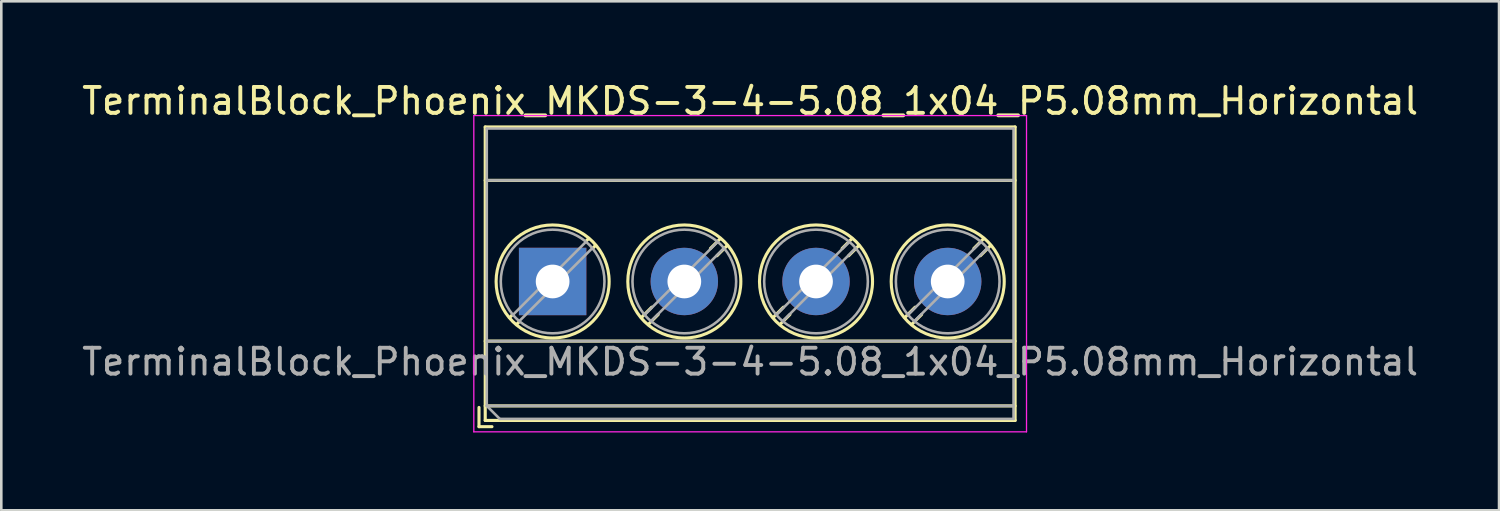
<source format=kicad_pcb>
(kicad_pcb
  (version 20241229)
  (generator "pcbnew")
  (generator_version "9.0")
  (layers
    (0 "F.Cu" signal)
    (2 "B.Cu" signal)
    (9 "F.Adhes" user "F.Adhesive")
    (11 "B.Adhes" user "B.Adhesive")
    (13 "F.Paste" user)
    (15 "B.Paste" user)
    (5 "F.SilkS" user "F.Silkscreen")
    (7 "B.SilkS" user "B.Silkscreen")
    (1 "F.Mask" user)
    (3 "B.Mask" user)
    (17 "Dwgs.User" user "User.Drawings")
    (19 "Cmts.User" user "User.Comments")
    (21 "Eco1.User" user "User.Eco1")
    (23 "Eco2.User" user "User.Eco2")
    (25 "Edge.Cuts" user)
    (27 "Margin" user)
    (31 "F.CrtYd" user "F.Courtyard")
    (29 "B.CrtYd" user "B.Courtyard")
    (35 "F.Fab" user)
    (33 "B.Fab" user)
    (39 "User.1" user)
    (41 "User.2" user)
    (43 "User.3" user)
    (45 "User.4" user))
  (footprint "TerminalBlock_Phoenix_MKDS-3-4-5.08_1x04_P5.08mm_Horizontal"
    (layer "F.Cu")
    (at 18.267 7.808)
    (property "Reference" "TerminalBlock_Phoenix_MKDS-3-4-5.08_1x04_P5.08mm_Horizontal" (at 7.62 -6.96 0) (layer "F.SilkS") (effects (font (size 1 1) (thickness 0.15))))
    (attr through_hole)
    (fp_line (start -2.84 4.86) (end -2.84 5.6) (stroke (width 0.12) (type solid)) (layer "F.SilkS"))
    (fp_line (start -2.84 5.6) (end -2.34 5.6) (stroke (width 0.12) (type solid)) (layer "F.SilkS"))
    (fp_line (start -2.6 -5.96) (end -2.6 5.36) (stroke (width 0.12) (type solid)) (layer "F.SilkS"))
    (fp_line (start -2.6 -5.96) (end 17.84 -5.96) (stroke (width 0.12) (type solid)) (layer "F.SilkS"))
    (fp_line (start -2.6 -3.9) (end 17.84 -3.9) (stroke (width 0.12) (type solid)) (layer "F.SilkS"))
    (fp_line (start -2.6 2.3) (end 17.84 2.3) (stroke (width 0.12) (type solid)) (layer "F.SilkS"))
    (fp_line (start -2.6 4.8) (end 17.84 4.8) (stroke (width 0.12) (type solid)) (layer "F.SilkS"))
    (fp_line (start -2.6 5.36) (end 17.84 5.36) (stroke (width 0.12) (type solid)) (layer "F.SilkS"))
    (fp_line (start -1.548 1.281) (end -1.654 1.388) (stroke (width 0.12) (type solid)) (layer "F.SilkS"))
    (fp_line (start -1.282 1.547) (end -1.388 1.654) (stroke (width 0.12) (type solid)) (layer "F.SilkS"))
    (fp_line (start 1.388 -1.654) (end 1.281 -1.547) (stroke (width 0.12) (type solid)) (layer "F.SilkS"))
    (fp_line (start 1.654 -1.388) (end 1.547 -1.281) (stroke (width 0.12) (type solid)) (layer "F.SilkS"))
    (fp_line (start 3.822 0.992) (end 3.427 1.388) (stroke (width 0.12) (type solid)) (layer "F.SilkS"))
    (fp_line (start 4.073 1.274) (end 3.693 1.654) (stroke (width 0.12) (type solid)) (layer "F.SilkS"))
    (fp_line (start 6.468 -1.654) (end 6.088 -1.274) (stroke (width 0.12) (type solid)) (layer "F.SilkS"))
    (fp_line (start 6.734 -1.388) (end 6.339 -0.992) (stroke (width 0.12) (type solid)) (layer "F.SilkS"))
    (fp_line (start 8.902 0.992) (end 8.507 1.388) (stroke (width 0.12) (type solid)) (layer "F.SilkS"))
    (fp_line (start 9.153 1.274) (end 8.773 1.654) (stroke (width 0.12) (type solid)) (layer "F.SilkS"))
    (fp_line (start 11.548 -1.654) (end 11.168 -1.274) (stroke (width 0.12) (type solid)) (layer "F.SilkS"))
    (fp_line (start 11.814 -1.388) (end 11.419 -0.992) (stroke (width 0.12) (type solid)) (layer "F.SilkS"))
    (fp_line (start 13.982 0.992) (end 13.587 1.388) (stroke (width 0.12) (type solid)) (layer "F.SilkS"))
    (fp_line (start 14.233 1.274) (end 13.853 1.654) (stroke (width 0.12) (type solid)) (layer "F.SilkS"))
    (fp_line (start 16.628 -1.654) (end 16.248 -1.274) (stroke (width 0.12) (type solid)) (layer "F.SilkS"))
    (fp_line (start 16.894 -1.388) (end 16.499 -0.992) (stroke (width 0.12) (type solid)) (layer "F.SilkS"))
    (fp_line (start 17.84 -5.96) (end 17.84 5.36) (stroke (width 0.12) (type solid)) (layer "F.SilkS"))
    (fp_circle (center 0 0) (end 2.18 0) (stroke (width 0.12) (type solid)) (fill no) (layer "F.SilkS"))
    (fp_circle (center 5.08 0) (end 7.26 0) (stroke (width 0.12) (type solid)) (fill no) (layer "F.SilkS"))
    (fp_circle (center 10.16 0) (end 12.34 0) (stroke (width 0.12) (type solid)) (fill no) (layer "F.SilkS"))
    (fp_circle (center 15.24 0) (end 17.42 0) (stroke (width 0.12) (type solid)) (fill no) (layer "F.SilkS"))
    (fp_line (start -3.04 -6.4) (end -3.04 5.8) (stroke (width 0.05) (type solid)) (layer "F.CrtYd"))
    (fp_line (start -3.04 5.8) (end 18.28 5.8) (stroke (width 0.05) (type solid)) (layer "F.CrtYd"))
    (fp_line (start 18.28 -6.4) (end -3.04 -6.4) (stroke (width 0.05) (type solid)) (layer "F.CrtYd"))
    (fp_line (start 18.28 5.8) (end 18.28 -6.4) (stroke (width 0.05) (type solid)) (layer "F.CrtYd"))
    (fp_line (start -2.54 -5.9) (end 17.78 -5.9) (stroke (width 0.1) (type solid)) (layer "F.Fab"))
    (fp_line (start -2.54 -3.9) (end 17.78 -3.9) (stroke (width 0.1) (type solid)) (layer "F.Fab"))
    (fp_line (start -2.54 2.3) (end 17.78 2.3) (stroke (width 0.1) (type solid)) (layer "F.Fab"))
    (fp_line (start -2.54 4.8) (end -2.54 -5.9) (stroke (width 0.1) (type solid)) (layer "F.Fab"))
    (fp_line (start -2.54 4.8) (end 17.78 4.8) (stroke (width 0.1) (type solid)) (layer "F.Fab"))
    (fp_line (start -2.04 5.3) (end -2.54 4.8) (stroke (width 0.1) (type solid)) (layer "F.Fab"))
    (fp_line (start 1.273 -1.517) (end -1.517 1.273) (stroke (width 0.1) (type solid)) (layer "F.Fab"))
    (fp_line (start 1.517 -1.273) (end -1.273 1.517) (stroke (width 0.1) (type solid)) (layer "F.Fab"))
    (fp_line (start 6.353 -1.517) (end 3.564 1.273) (stroke (width 0.1) (type solid)) (layer "F.Fab"))
    (fp_line (start 6.597 -1.273) (end 3.808 1.517) (stroke (width 0.1) (type solid)) (layer "F.Fab"))
    (fp_line (start 11.433 -1.517) (end 8.644 1.273) (stroke (width 0.1) (type solid)) (layer "F.Fab"))
    (fp_line (start 11.677 -1.273) (end 8.888 1.517) (stroke (width 0.1) (type solid)) (layer "F.Fab"))
    (fp_line (start 16.513 -1.517) (end 13.724 1.273) (stroke (width 0.1) (type solid)) (layer "F.Fab"))
    (fp_line (start 16.757 -1.273) (end 13.968 1.517) (stroke (width 0.1) (type solid)) (layer "F.Fab"))
    (fp_line (start 17.78 -5.9) (end 17.78 5.3) (stroke (width 0.1) (type solid)) (layer "F.Fab"))
    (fp_line (start 17.78 5.3) (end -2.04 5.3) (stroke (width 0.1) (type solid)) (layer "F.Fab"))
    (fp_circle (center 0 0) (end 2 0) (stroke (width 0.1) (type solid)) (fill no) (layer "F.Fab"))
    (fp_circle (center 5.08 0) (end 7.08 0) (stroke (width 0.1) (type solid)) (fill no) (layer "F.Fab"))
    (fp_circle (center 10.16 0) (end 12.16 0) (stroke (width 0.1) (type solid)) (fill no) (layer "F.Fab"))
    (fp_circle (center 15.24 0) (end 17.24 0) (stroke (width 0.1) (type solid)) (fill no) (layer "F.Fab"))
    (fp_text user "${REFERENCE}" (at 7.62 3.1 0) (layer "F.Fab") (effects (font (size 1 1) (thickness 0.15))))
    (pad "1" thru_hole rect (at 0 0) (size 2.6 2.6) (drill 1.3) (layers "*.Cu" "*.Mask"))
    (pad "2" thru_hole circle (at 5.08 0) (size 2.6 2.6) (drill 1.3) (layers "*.Cu" "*.Mask"))
    (pad "3" thru_hole circle (at 10.16 0) (size 2.6 2.6) (drill 1.3) (layers "*.Cu" "*.Mask"))
    (pad "4" thru_hole circle (at 15.24 0) (size 2.6 2.6) (drill 1.3) (layers "*.Cu" "*.Mask")))
  (gr_rect
    (start -3 -3)
    (end 54.774 16.633)
    (stroke (width 0.1) (type default))
    (fill no)
    (layer "Edge.Cuts")))
</source>
